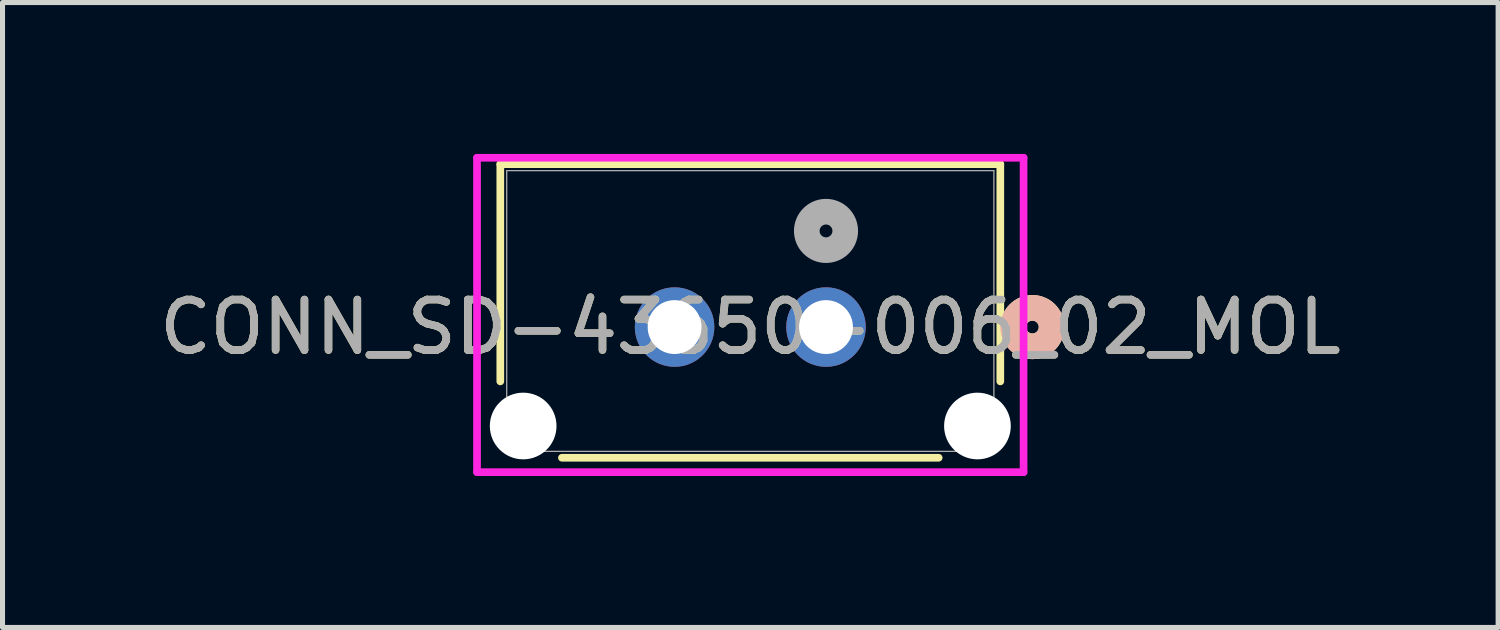
<source format=kicad_pcb>
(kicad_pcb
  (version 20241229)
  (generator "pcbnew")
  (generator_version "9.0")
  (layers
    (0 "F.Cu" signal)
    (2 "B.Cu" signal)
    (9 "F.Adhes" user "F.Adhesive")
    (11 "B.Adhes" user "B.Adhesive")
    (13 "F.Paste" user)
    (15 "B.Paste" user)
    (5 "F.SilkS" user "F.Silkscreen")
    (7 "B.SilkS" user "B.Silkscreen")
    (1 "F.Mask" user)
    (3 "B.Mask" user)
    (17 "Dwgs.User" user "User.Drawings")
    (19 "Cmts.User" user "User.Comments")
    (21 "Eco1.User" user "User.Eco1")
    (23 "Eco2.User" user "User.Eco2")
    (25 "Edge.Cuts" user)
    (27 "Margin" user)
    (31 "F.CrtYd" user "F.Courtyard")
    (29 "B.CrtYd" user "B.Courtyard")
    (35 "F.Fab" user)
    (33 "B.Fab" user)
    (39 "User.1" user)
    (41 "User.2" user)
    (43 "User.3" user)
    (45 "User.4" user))
  (footprint "CONN_SD-43650-006_02_MOL"
    (layer "F.Cu")
    (at 11.815 3.111)
    (property "Reference" "CONN_SD-43650-006_02_MOL" (at 0 0.319 0) (unlocked yes) (layer "F.SilkS") (effects (font (size 1 1) (thickness 0.15))))
    (attr through_hole)
    (fp_line (start -4.953 -2.908) (end -4.953 1.395) (stroke (width 0.152) (type solid)) (layer "F.SilkS"))
    (fp_line (start -3.732 2.908) (end 3.732 2.908) (stroke (width 0.152) (type solid)) (layer "F.SilkS"))
    (fp_line (start 4.953 -2.908) (end -4.953 -2.908) (stroke (width 0.152) (type solid)) (layer "F.SilkS"))
    (fp_line (start 4.953 1.395) (end 4.953 -2.908) (stroke (width 0.152) (type solid)) (layer "F.SilkS"))
    (fp_circle (center 5.588 0.319) (end 5.969 0.319) (stroke (width 0.508) (type solid)) (fill no) (layer "F.SilkS"))
    (fp_circle (center 5.588 0.319) (end 5.969 0.319) (stroke (width 0.508) (type solid)) (fill no) (layer "B.SilkS"))
    (fp_line (start -5.414 -3.035) (end -5.414 3.193) (stroke (width 0.152) (type solid)) (layer "F.CrtYd"))
    (fp_line (start -5.414 3.193) (end 5.414 3.193) (stroke (width 0.152) (type solid)) (layer "F.CrtYd"))
    (fp_line (start 5.414 -3.035) (end -5.414 -3.035) (stroke (width 0.152) (type solid)) (layer "F.CrtYd"))
    (fp_line (start 5.414 3.193) (end 5.414 -3.035) (stroke (width 0.152) (type solid)) (layer "F.CrtYd"))
    (fp_line (start -4.826 -2.781) (end -4.826 2.781) (stroke (width 0.025) (type solid)) (layer "F.Fab"))
    (fp_line (start -4.826 2.781) (end 4.826 2.781) (stroke (width 0.025) (type solid)) (layer "F.Fab"))
    (fp_line (start 4.826 -2.781) (end -4.826 -2.781) (stroke (width 0.025) (type solid)) (layer "F.Fab"))
    (fp_line (start 4.826 2.781) (end 4.826 -2.781) (stroke (width 0.025) (type solid)) (layer "F.Fab"))
    (fp_circle (center 1.5 -1.586) (end 1.881 -1.586) (stroke (width 0.508) (type solid)) (fill no) (layer "F.Fab"))
    (fp_text user "${REFERENCE}" (at 0 0.319 0) (unlocked yes) (layer "F.Fab") (effects (font (size 1 1) (thickness 0.15))))
    (pad "" np_thru_hole circle (at -4.5 2.279) (size 1.321 1.321) (drill 1.321) (layers "*.Cu" "*.Mask"))
    (pad "" np_thru_hole circle (at 4.5 2.279) (size 1.321 1.321) (drill 1.321) (layers "*.Cu" "*.Mask"))
    (pad "1" thru_hole circle (at 1.5 0.319) (size 1.575 1.575) (drill 1.067) (layers "*.Cu" "*.Mask"))
    (pad "2" thru_hole circle (at -1.5 0.319) (size 1.575 1.575) (drill 1.067) (layers "*.Cu" "*.Mask")))
  (gr_rect
    (start -3 -3)
    (end 26.631 9.381)
    (stroke (width 0.1) (type default))
    (fill no)
    (layer "Edge.Cuts")))
</source>
